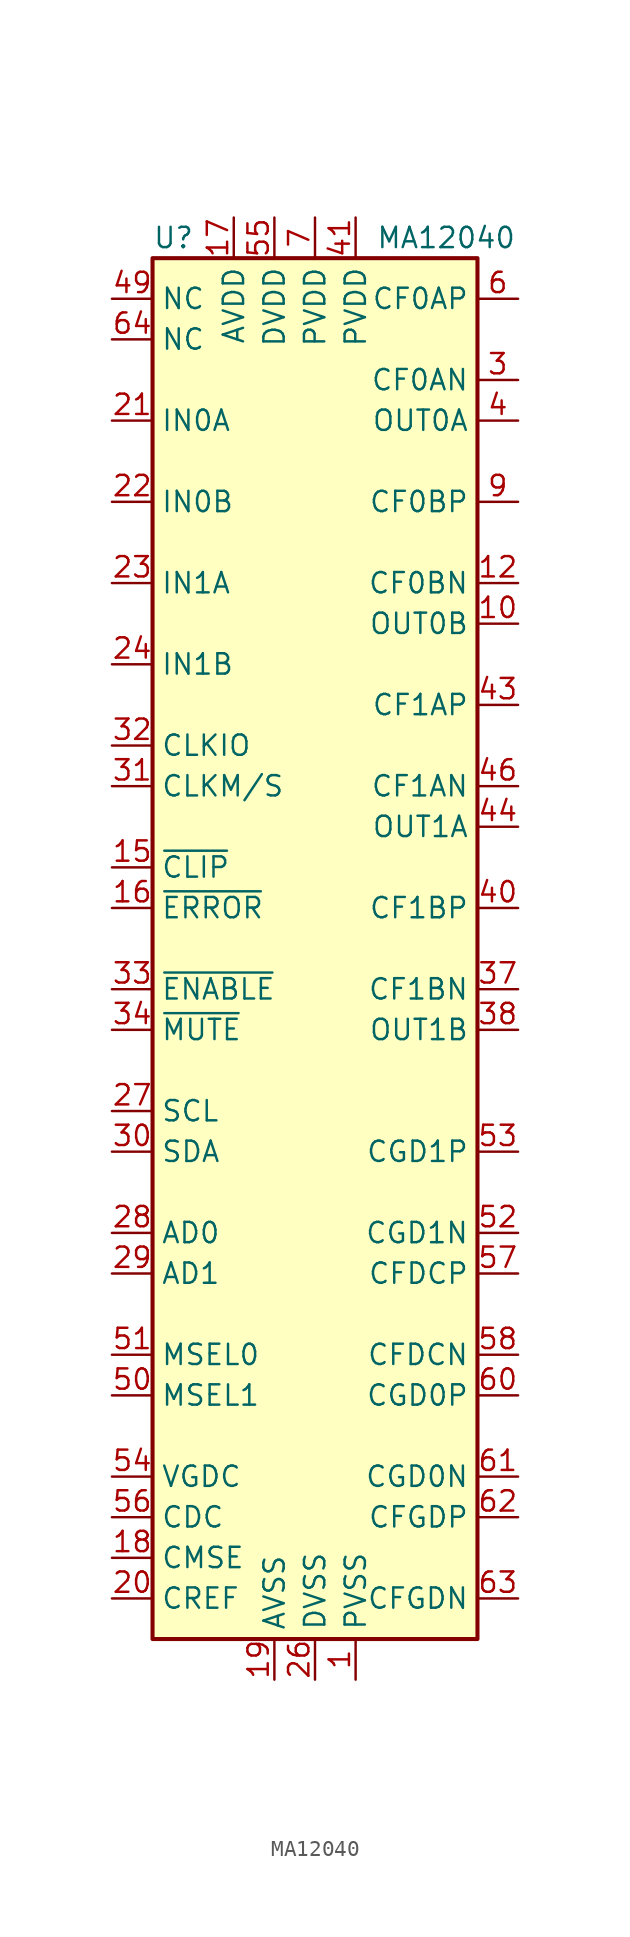
<source format=kicad_sym>
(kicad_symbol_lib
  (version 20241209)
  (generator "kicad_symbol_editor")
  (generator_version "9.0")
  (symbol "MA12040"
    (property "Reference" "U"
      (at -10.16 44.45 0)
      (effects (font (size 1.27 1.27)) (justify left)))
    (property "Value" "MA12040"
      (at 3.81 44.45 0)
      (effects (font (size 1.27 1.27)) (justify left)))
    (symbol "MA12040_0_1"
      (rectangle (start -10.16 -43.18) (end 10.16 43.18) (stroke (width 0.254) (type default)) (fill (type background))))
    (symbol "MA12040_1_1"
      (pin passive line (at -12.7 40.64 0) (length 2.54) (name "NC" (effects (font (size 1.27 1.27)))) (number "49" (effects (font (size 1.27 1.27)))))
      (pin passive line (at -12.7 38.1 0) (length 2.54) (name "NC" (effects (font (size 1.27 1.27)))) (number "64" (effects (font (size 1.27 1.27)))))
      (pin input line (at -12.7 33.02 0) (length 2.54) (name "IN0A" (effects (font (size 1.27 1.27)))) (number "21" (effects (font (size 1.27 1.27)))))
      (pin input line (at -12.7 27.94 0) (length 2.54) (name "IN0B" (effects (font (size 1.27 1.27)))) (number "22" (effects (font (size 1.27 1.27)))))
      (pin input line (at -12.7 22.86 0) (length 2.54) (name "IN1A" (effects (font (size 1.27 1.27)))) (number "23" (effects (font (size 1.27 1.27)))))
      (pin input line (at -12.7 17.78 0) (length 2.54) (name "IN1B" (effects (font (size 1.27 1.27)))) (number "24" (effects (font (size 1.27 1.27)))))
      (pin bidirectional line (at -12.7 12.7 0) (length 2.54) (name "CLKIO" (effects (font (size 1.27 1.27)))) (number "32" (effects (font (size 1.27 1.27)))))
      (pin input line (at -12.7 10.16 0) (length 2.54) (name "CLKM/S" (effects (font (size 1.27 1.27)))) (number "31" (effects (font (size 1.27 1.27)))))
      (pin output line (at -12.7 5.08 0) (length 2.54) (name "~{CLIP}" (effects (font (size 1.27 1.27)))) (number "15" (effects (font (size 1.27 1.27)))))
      (pin output line (at -12.7 2.54 0) (length 2.54) (name "~{ERROR}" (effects (font (size 1.27 1.27)))) (number "16" (effects (font (size 1.27 1.27)))))
      (pin input line (at -12.7 -2.54 0) (length 2.54) (name "~{ENABLE}" (effects (font (size 1.27 1.27)))) (number "33" (effects (font (size 1.27 1.27)))))
      (pin input line (at -12.7 -5.08 0) (length 2.54) (name "~{MUTE}" (effects (font (size 1.27 1.27)))) (number "34" (effects (font (size 1.27 1.27)))))
      (pin input line (at -12.7 -10.16 0) (length 2.54) (name "SCL" (effects (font (size 1.27 1.27)))) (number "27" (effects (font (size 1.27 1.27)))))
      (pin bidirectional line (at -12.7 -12.7 0) (length 2.54) (name "SDA" (effects (font (size 1.27 1.27)))) (number "30" (effects (font (size 1.27 1.27)))))
      (pin input line (at -12.7 -17.78 0) (length 2.54) (name "AD0" (effects (font (size 1.27 1.27)))) (number "28" (effects (font (size 1.27 1.27)))))
      (pin input line (at -12.7 -20.32 0) (length 2.54) (name "AD1" (effects (font (size 1.27 1.27)))) (number "29" (effects (font (size 1.27 1.27)))))
      (pin input line (at -12.7 -25.4 0) (length 2.54) (name "MSEL0" (effects (font (size 1.27 1.27)))) (number "51" (effects (font (size 1.27 1.27)))))
      (pin input line (at -12.7 -27.94 0) (length 2.54) (name "MSEL1" (effects (font (size 1.27 1.27)))) (number "50" (effects (font (size 1.27 1.27)))))
      (pin passive line (at -12.7 -33.02 0) (length 2.54) (name "VGDC" (effects (font (size 1.27 1.27)))) (number "54" (effects (font (size 1.27 1.27)))))
      (pin passive line (at -12.7 -35.56 0) (length 2.54) (name "CDC" (effects (font (size 1.27 1.27)))) (number "56" (effects (font (size 1.27 1.27)))))
      (pin passive line (at -12.7 -38.1 0) (length 2.54) (name "CMSE" (effects (font (size 1.27 1.27)))) (number "18" (effects (font (size 1.27 1.27)))))
      (pin passive line (at -12.7 -40.64 0) (length 2.54) (name "CREF" (effects (font (size 1.27 1.27)))) (number "20" (effects (font (size 1.27 1.27)))))
      (pin power_in line (at -5.08 45.72 270) (length 2.54) (name "AVDD" (effects (font (size 1.27 1.27)))) (number "17" (effects (font (size 1.27 1.27)))))
      (pin power_in line (at -2.54 45.72 270) (length 2.54) (name "DVDD" (effects (font (size 1.27 1.27)))) (number "55" (effects (font (size 1.27 1.27)))))
      (pin power_in line (at -2.54 -45.72 90) (length 2.54) (name "AVSS" (effects (font (size 1.27 1.27)))) (number "19" (effects (font (size 1.27 1.27)))))
      (pin passive line (at -2.54 -45.72 90) (length 2.54) (hide yes) (name "AVSS" (effects (font (size 1.27 1.27)))) (number "25" (effects (font (size 1.27 1.27)))))
      (pin power_in line (at 0 45.72 270) (length 2.54) (name "PVDD" (effects (font (size 1.27 1.27)))) (number "7" (effects (font (size 1.27 1.27)))))
      (pin passive line (at 0 45.72 270) (length 2.54) (hide yes) (name "PVDD" (effects (font (size 1.27 1.27)))) (number "8" (effects (font (size 1.27 1.27)))))
      (pin power_in line (at 0 -45.72 90) (length 2.54) (name "DVSS" (effects (font (size 1.27 1.27)))) (number "26" (effects (font (size 1.27 1.27)))))
      (pin passive line (at 0 -45.72 90) (length 2.54) (hide yes) (name "DVSS" (effects (font (size 1.27 1.27)))) (number "59" (effects (font (size 1.27 1.27)))))
      (pin power_in line (at 2.54 45.72 270) (length 2.54) (name "PVDD" (effects (font (size 1.27 1.27)))) (number "41" (effects (font (size 1.27 1.27)))))
      (pin passive line (at 2.54 45.72 270) (length 2.54) (hide yes) (name "PVDD" (effects (font (size 1.27 1.27)))) (number "42" (effects (font (size 1.27 1.27)))))
      (pin power_in line (at 2.54 -45.72 90) (length 2.54) (name "PVSS" (effects (font (size 1.27 1.27)))) (number "1" (effects (font (size 1.27 1.27)))))
      (pin passive line (at 2.54 -45.72 90) (length 2.54) (hide yes) (name "PVSS" (effects (font (size 1.27 1.27)))) (number "13" (effects (font (size 1.27 1.27)))))
      (pin passive line (at 2.54 -45.72 90) (length 2.54) (hide yes) (name "PVSS" (effects (font (size 1.27 1.27)))) (number "14" (effects (font (size 1.27 1.27)))))
      (pin passive line (at 2.54 -45.72 90) (length 2.54) (hide yes) (name "PVSS" (effects (font (size 1.27 1.27)))) (number "2" (effects (font (size 1.27 1.27)))))
      (pin passive line (at 2.54 -45.72 90) (length 2.54) (hide yes) (name "PVSS" (effects (font (size 1.27 1.27)))) (number "35" (effects (font (size 1.27 1.27)))))
      (pin passive line (at 2.54 -45.72 90) (length 2.54) (hide yes) (name "PVSS" (effects (font (size 1.27 1.27)))) (number "36" (effects (font (size 1.27 1.27)))))
      (pin passive line (at 2.54 -45.72 90) (length 2.54) (hide yes) (name "PVSS" (effects (font (size 1.27 1.27)))) (number "47" (effects (font (size 1.27 1.27)))))
      (pin passive line (at 2.54 -45.72 90) (length 2.54) (hide yes) (name "PVSS" (effects (font (size 1.27 1.27)))) (number "48" (effects (font (size 1.27 1.27)))))
      (pin passive line (at 12.7 40.64 180) (length 2.54) (name "CF0AP" (effects (font (size 1.27 1.27)))) (number "6" (effects (font (size 1.27 1.27)))))
      (pin passive line (at 12.7 35.56 180) (length 2.54) (name "CF0AN" (effects (font (size 1.27 1.27)))) (number "3" (effects (font (size 1.27 1.27)))))
      (pin output line (at 12.7 33.02 180) (length 2.54) (name "OUT0A" (effects (font (size 1.27 1.27)))) (number "4" (effects (font (size 1.27 1.27)))))
      (pin passive line (at 12.7 33.02 180) (length 2.54) (hide yes) (name "OUT0A" (effects (font (size 1.27 1.27)))) (number "5" (effects (font (size 1.27 1.27)))))
      (pin passive line (at 12.7 27.94 180) (length 2.54) (name "CF0BP" (effects (font (size 1.27 1.27)))) (number "9" (effects (font (size 1.27 1.27)))))
      (pin passive line (at 12.7 22.86 180) (length 2.54) (name "CF0BN" (effects (font (size 1.27 1.27)))) (number "12" (effects (font (size 1.27 1.27)))))
      (pin output line (at 12.7 20.32 180) (length 2.54) (name "OUT0B" (effects (font (size 1.27 1.27)))) (number "10" (effects (font (size 1.27 1.27)))))
      (pin passive line (at 12.7 20.32 180) (length 2.54) (hide yes) (name "OUT0B" (effects (font (size 1.27 1.27)))) (number "11" (effects (font (size 1.27 1.27)))))
      (pin passive line (at 12.7 15.24 180) (length 2.54) (name "CF1AP" (effects (font (size 1.27 1.27)))) (number "43" (effects (font (size 1.27 1.27)))))
      (pin passive line (at 12.7 10.16 180) (length 2.54) (name "CF1AN" (effects (font (size 1.27 1.27)))) (number "46" (effects (font (size 1.27 1.27)))))
      (pin output line (at 12.7 7.62 180) (length 2.54) (name "OUT1A" (effects (font (size 1.27 1.27)))) (number "44" (effects (font (size 1.27 1.27)))))
      (pin passive line (at 12.7 7.62 180) (length 2.54) (hide yes) (name "OUT1A" (effects (font (size 1.27 1.27)))) (number "45" (effects (font (size 1.27 1.27)))))
      (pin passive line (at 12.7 2.54 180) (length 2.54) (name "CF1BP" (effects (font (size 1.27 1.27)))) (number "40" (effects (font (size 1.27 1.27)))))
      (pin passive line (at 12.7 -2.54 180) (length 2.54) (name "CF1BN" (effects (font (size 1.27 1.27)))) (number "37" (effects (font (size 1.27 1.27)))))
      (pin output line (at 12.7 -5.08 180) (length 2.54) (name "OUT1B" (effects (font (size 1.27 1.27)))) (number "38" (effects (font (size 1.27 1.27)))))
      (pin passive line (at 12.7 -5.08 180) (length 2.54) (hide yes) (name "OUT1B" (effects (font (size 1.27 1.27)))) (number "39" (effects (font (size 1.27 1.27)))))
      (pin passive line (at 12.7 -12.7 180) (length 2.54) (name "CGD1P" (effects (font (size 1.27 1.27)))) (number "53" (effects (font (size 1.27 1.27)))))
      (pin passive line (at 12.7 -17.78 180) (length 2.54) (name "CGD1N" (effects (font (size 1.27 1.27)))) (number "52" (effects (font (size 1.27 1.27)))))
      (pin passive line (at 12.7 -20.32 180) (length 2.54) (name "CFDCP" (effects (font (size 1.27 1.27)))) (number "57" (effects (font (size 1.27 1.27)))))
      (pin passive line (at 12.7 -25.4 180) (length 2.54) (name "CFDCN" (effects (font (size 1.27 1.27)))) (number "58" (effects (font (size 1.27 1.27)))))
      (pin passive line (at 12.7 -27.94 180) (length 2.54) (name "CGD0P" (effects (font (size 1.27 1.27)))) (number "60" (effects (font (size 1.27 1.27)))))
      (pin passive line (at 12.7 -33.02 180) (length 2.54) (name "CGD0N" (effects (font (size 1.27 1.27)))) (number "61" (effects (font (size 1.27 1.27)))))
      (pin passive line (at 12.7 -35.56 180) (length 2.54) (name "CFGDP" (effects (font (size 1.27 1.27)))) (number "62" (effects (font (size 1.27 1.27)))))
      (pin passive line (at 12.7 -40.64 180) (length 2.54) (name "CFGDN" (effects (font (size 1.27 1.27)))) (number "63" (effects (font (size 1.27 1.27))))))))
</source>
